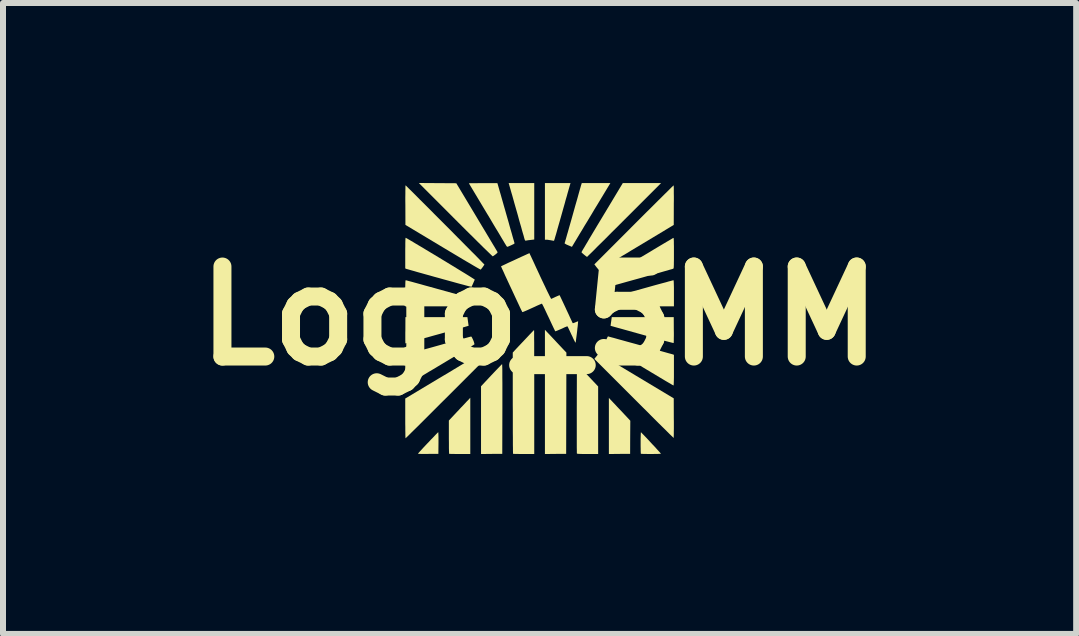
<source format=kicad_pcb>
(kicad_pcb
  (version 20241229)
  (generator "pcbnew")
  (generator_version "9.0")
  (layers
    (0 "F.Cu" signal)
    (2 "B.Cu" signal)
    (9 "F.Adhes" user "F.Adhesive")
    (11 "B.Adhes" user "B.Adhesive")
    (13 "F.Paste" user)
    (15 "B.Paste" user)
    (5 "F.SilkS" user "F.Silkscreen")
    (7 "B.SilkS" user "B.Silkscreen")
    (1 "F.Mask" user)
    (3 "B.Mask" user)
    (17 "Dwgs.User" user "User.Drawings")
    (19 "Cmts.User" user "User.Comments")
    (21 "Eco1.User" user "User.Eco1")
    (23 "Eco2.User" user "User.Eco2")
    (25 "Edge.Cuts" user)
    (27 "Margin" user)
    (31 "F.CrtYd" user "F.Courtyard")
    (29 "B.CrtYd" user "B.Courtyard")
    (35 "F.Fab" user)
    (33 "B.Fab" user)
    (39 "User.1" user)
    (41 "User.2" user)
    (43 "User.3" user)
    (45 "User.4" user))
  (footprint "Logo_5MM"
    (layer "F.Cu")
    (at 5.943 2.214)
    (property "Reference" "Logo_5MM" (at 0 0 0) (layer "F.SilkS") (effects (font (size 1.5 1.5) (thickness 0.3))))
    (attr board_only exclude_from_pos_files exclude_from_bom)
    (fp_poly (pts (xy 0.108 0.252) (xy 0.116 0.261) (xy 0.132 0.278) (xy 0.155 0.302) (xy 0.183 0.332) (xy 0.215 0.366) (xy 0.251 0.404) (xy 0.286 0.442) (xy 0.447 0.613) (xy 0.445 1.456) (xy 0.443 2.3) (xy 0.266 2.301) (xy 0.089 2.303) (xy 0.089 1.268) (xy 0.089 0.233)) (stroke (width 0) (type solid)) (fill yes) (layer "F.SilkS"))
    (fp_poly (pts (xy 1.179 1.394) (xy 1.189 1.404) (xy 1.207 1.423) (xy 1.231 1.449) (xy 1.26 1.479) (xy 1.293 1.515) (xy 1.329 1.553) (xy 1.358 1.583) (xy 1.512 1.748) (xy 1.51 2.024) (xy 1.509 2.3) (xy 1.332 2.301) (xy 1.155 2.303) (xy 1.155 1.836) (xy 1.155 1.368)) (stroke (width 0) (type solid)) (fill yes) (layer "F.SilkS"))
    (fp_poly (pts (xy -0.624 0.811) (xy -0.623 0.829) (xy -0.622 0.861) (xy -0.621 0.904) (xy -0.621 0.96) (xy -0.621 1.028) (xy -0.62 1.108) (xy -0.62 1.2) (xy -0.62 1.304) (xy -0.62 1.42) (xy -0.62 1.547) (xy -0.62 1.551) (xy -0.622 2.3) (xy -0.799 2.301) (xy -0.976 2.303) (xy -0.976 1.738) (xy -0.976 1.174) (xy -0.804 0.99) (xy -0.766 0.95) (xy -0.73 0.912) (xy -0.698 0.879) (xy -0.671 0.851) (xy -0.649 0.828) (xy -0.634 0.813) (xy -0.626 0.805) (xy -0.625 0.805)) (stroke (width 0) (type solid)) (fill yes) (layer "F.SilkS"))
    (fp_poly (pts (xy 0.799 0.989) (xy 0.976 1.177) (xy 0.976 1.74) (xy 0.976 2.303) (xy 0.8 2.303) (xy 0.745 2.303) (xy 0.702 2.302) (xy 0.669 2.301) (xy 0.646 2.3) (xy 0.631 2.298) (xy 0.623 2.296) (xy 0.622 2.295) (xy 0.621 2.287) (xy 0.621 2.268) (xy 0.621 2.238) (xy 0.62 2.197) (xy 0.62 2.147) (xy 0.62 2.088) (xy 0.62 2.021) (xy 0.62 1.947) (xy 0.62 1.866) (xy 0.62 1.78) (xy 0.62 1.689) (xy 0.62 1.595) (xy 0.62 1.544) (xy 0.622 0.801)) (stroke (width 0) (type solid)) (fill yes) (layer "F.SilkS"))
    (fp_poly (pts (xy -1.155 1.834) (xy -1.155 2.303) (xy -1.329 2.303) (xy -1.375 2.303) (xy -1.417 2.302) (xy -1.452 2.301) (xy -1.481 2.301) (xy -1.499 2.3) (xy -1.507 2.299) (xy -1.508 2.298) (xy -1.508 2.291) (xy -1.509 2.273) (xy -1.51 2.244) (xy -1.511 2.207) (xy -1.511 2.162) (xy -1.511 2.111) (xy -1.512 2.055) (xy -1.512 2.019) (xy -1.512 1.745) (xy -1.38 1.604) (xy -1.344 1.566) (xy -1.309 1.528) (xy -1.275 1.493) (xy -1.245 1.461) (xy -1.221 1.435) (xy -1.203 1.416) (xy -1.201 1.415) (xy -1.155 1.365)) (stroke (width 0) (type solid)) (fill yes) (layer "F.SilkS"))
    (fp_poly (pts (xy -2.224 -0.592) (xy -2.205 -0.587) (xy -2.176 -0.579) (xy -2.137 -0.569) (xy -2.09 -0.556) (xy -2.035 -0.541) (xy -1.973 -0.524) (xy -1.906 -0.505) (xy -1.833 -0.485) (xy -1.756 -0.464) (xy -1.703 -0.449) (xy -1.183 -0.305) (xy -1.191 -0.256) (xy -1.195 -0.229) (xy -1.198 -0.203) (xy -1.199 -0.184) (xy -1.199 -0.183) (xy -1.199 -0.159) (xy -1.719 -0.159) (xy -2.239 -0.159) (xy -2.239 -0.376) (xy -2.239 -0.437) (xy -2.239 -0.487) (xy -2.238 -0.525) (xy -2.237 -0.554) (xy -2.236 -0.574) (xy -2.234 -0.587) (xy -2.232 -0.593) (xy -2.231 -0.593)) (stroke (width 0) (type solid)) (fill yes) (layer "F.SilkS"))
    (fp_poly (pts (xy 2.233 -0.591) (xy 2.235 -0.582) (xy 2.236 -0.566) (xy 2.237 -0.542) (xy 2.238 -0.509) (xy 2.239 -0.466) (xy 2.239 -0.412) (xy 2.239 -0.376) (xy 2.239 -0.159) (xy 1.719 -0.159) (xy 1.199 -0.159) (xy 1.199 -0.183) (xy 1.198 -0.202) (xy 1.195 -0.227) (xy 1.191 -0.255) (xy 1.191 -0.256) (xy 1.183 -0.305) (xy 1.703 -0.449) (xy 1.782 -0.471) (xy 1.857 -0.492) (xy 1.928 -0.512) (xy 1.994 -0.53) (xy 2.054 -0.546) (xy 2.107 -0.56) (xy 2.151 -0.573) (xy 2.187 -0.582) (xy 2.212 -0.589) (xy 2.227 -0.593) (xy 2.231 -0.593)) (stroke (width 0) (type solid)) (fill yes) (layer "F.SilkS"))
    (fp_poly (pts (xy -1.688 1.945) (xy -1.687 1.962) (xy -1.686 1.989) (xy -1.685 2.024) (xy -1.685 2.065) (xy -1.685 2.111) (xy -1.685 2.119) (xy -1.687 2.3) (xy -1.858 2.301) (xy -1.904 2.301) (xy -1.945 2.301) (xy -1.98 2.301) (xy -2.006 2.3) (xy -2.022 2.299) (xy -2.027 2.297) (xy -2.022 2.291) (xy -2.01 2.277) (xy -1.991 2.256) (xy -1.967 2.23) (xy -1.939 2.199) (xy -1.908 2.166) (xy -1.875 2.131) (xy -1.841 2.096) (xy -1.809 2.061) (xy -1.777 2.029) (xy -1.749 1.999) (xy -1.725 1.974) (xy -1.706 1.955) (xy -1.694 1.943) (xy -1.689 1.939)) (stroke (width 0) (type solid)) (fill yes) (layer "F.SilkS"))
    (fp_poly (pts (xy -0.089 -1.743) (xy -0.089 -1.272) (xy -0.156 -1.264) (xy -0.185 -1.261) (xy -0.209 -1.257) (xy -0.226 -1.254) (xy -0.232 -1.253) (xy -0.241 -1.256) (xy -0.248 -1.271) (xy -0.251 -1.28) (xy -0.257 -1.301) (xy -0.265 -1.332) (xy -0.277 -1.372) (xy -0.291 -1.42) (xy -0.306 -1.476) (xy -0.324 -1.537) (xy -0.343 -1.604) (xy -0.362 -1.675) (xy -0.379 -1.735) (xy -0.4 -1.808) (xy -0.42 -1.878) (xy -0.438 -1.943) (xy -0.455 -2.004) (xy -0.471 -2.058) (xy -0.484 -2.104) (xy -0.495 -2.142) (xy -0.503 -2.171) (xy -0.508 -2.189) (xy -0.51 -2.196) (xy -0.516 -2.213) (xy -0.303 -2.213) (xy -0.089 -2.213)) (stroke (width 0) (type solid)) (fill yes) (layer "F.SilkS"))
    (fp_poly (pts (xy 1.611 1) (xy 2.236 1.375) (xy 2.237 1.705) (xy 2.238 1.768) (xy 2.238 1.828) (xy 2.238 1.882) (xy 2.237 1.93) (xy 2.237 1.97) (xy 2.236 2.002) (xy 2.235 2.024) (xy 2.235 2.034) (xy 2.234 2.035) (xy 2.229 2.03) (xy 2.216 2.017) (xy 2.194 1.996) (xy 2.165 1.968) (xy 2.129 1.932) (xy 2.087 1.89) (xy 2.038 1.842) (xy 1.984 1.789) (xy 1.925 1.73) (xy 1.862 1.667) (xy 1.795 1.599) (xy 1.724 1.529) (xy 1.65 1.455) (xy 1.574 1.379) (xy 1.571 1.376) (xy 0.913 0.718) (xy 0.938 0.686) (xy 0.954 0.667) (xy 0.967 0.65) (xy 0.975 0.64) (xy 0.986 0.626)) (stroke (width 0) (type solid)) (fill yes) (layer "F.SilkS"))
    (fp_poly (pts (xy -1.193 0.094) (xy -1.183 0.166) (xy -1.215 0.175) (xy -1.232 0.18) (xy -1.258 0.188) (xy -1.294 0.198) (xy -1.338 0.21) (xy -1.389 0.224) (xy -1.445 0.24) (xy -1.506 0.257) (xy -1.571 0.275) (xy -1.638 0.294) (xy -1.707 0.313) (xy -1.776 0.332) (xy -1.843 0.351) (xy -1.909 0.369) (xy -1.972 0.386) (xy -2.031 0.403) (xy -2.085 0.418) (xy -2.132 0.431) (xy -2.172 0.442) (xy -2.203 0.45) (xy -2.225 0.456) (xy -2.235 0.459) (xy -2.236 0.459) (xy -2.237 0.453) (xy -2.237 0.436) (xy -2.238 0.408) (xy -2.238 0.373) (xy -2.238 0.33) (xy -2.238 0.282) (xy -2.237 0.241) (xy -2.236 0.022) (xy -1.719 0.022) (xy -1.203 0.022)) (stroke (width 0) (type solid)) (fill yes) (layer "F.SilkS"))
    (fp_poly (pts (xy 2.237 0.236) (xy 2.238 0.287) (xy 2.238 0.333) (xy 2.237 0.375) (xy 2.237 0.409) (xy 2.236 0.434) (xy 2.235 0.449) (xy 2.234 0.453) (xy 2.227 0.452) (xy 2.209 0.448) (xy 2.181 0.441) (xy 2.143 0.431) (xy 2.096 0.419) (xy 2.041 0.404) (xy 1.98 0.387) (xy 1.912 0.369) (xy 1.84 0.349) (xy 1.763 0.328) (xy 1.706 0.312) (xy 1.627 0.29) (xy 1.552 0.269) (xy 1.481 0.249) (xy 1.416 0.231) (xy 1.356 0.214) (xy 1.304 0.2) (xy 1.261 0.188) (xy 1.226 0.178) (xy 1.201 0.171) (xy 1.186 0.167) (xy 1.183 0.166) (xy 1.184 0.16) (xy 1.186 0.144) (xy 1.189 0.12) (xy 1.193 0.094) (xy 1.203 0.022) (xy 1.719 0.022) (xy 2.236 0.022)) (stroke (width 0) (type solid)) (fill yes) (layer "F.SilkS"))
    (fp_poly (pts (xy -1.7 -2.212) (xy -1.388 -2.21) (xy -1.048 -1.643) (xy -1.001 -1.564) (xy -0.956 -1.489) (xy -0.913 -1.418) (xy -0.873 -1.351) (xy -0.836 -1.289) (xy -0.803 -1.234) (xy -0.773 -1.184) (xy -0.748 -1.143) (xy -0.728 -1.109) (xy -0.713 -1.084) (xy -0.704 -1.069) (xy -0.702 -1.064) (xy -0.701 -1.057) (xy -0.706 -1.048) (xy -0.72 -1.036) (xy -0.734 -1.024) (xy -0.754 -1.009) (xy -0.77 -0.998) (xy -0.78 -0.992) (xy -0.78 -0.991) (xy -0.786 -0.996) (xy -0.799 -1.008) (xy -0.821 -1.029) (xy -0.85 -1.057) (xy -0.886 -1.092) (xy -0.929 -1.133) (xy -0.977 -1.181) (xy -1.031 -1.234) (xy -1.089 -1.292) (xy -1.152 -1.354) (xy -1.219 -1.42) (xy -1.288 -1.489) (xy -1.361 -1.562) (xy -1.4 -1.601) (xy -2.012 -2.214)) (stroke (width 0) (type solid)) (fill yes) (layer "F.SilkS"))
    (fp_poly (pts (xy 1.41 -1.598) (xy 1.336 -1.524) (xy 1.265 -1.453) (xy 1.196 -1.385) (xy 1.132 -1.32) (xy 1.071 -1.259) (xy 1.015 -1.204) (xy 0.963 -1.153) (xy 0.918 -1.107) (xy 0.879 -1.068) (xy 0.846 -1.036) (xy 0.82 -1.011) (xy 0.802 -0.993) (xy 0.793 -0.984) (xy 0.791 -0.982) (xy 0.785 -0.986) (xy 0.771 -0.996) (xy 0.753 -1.01) (xy 0.743 -1.018) (xy 0.723 -1.035) (xy 0.708 -1.049) (xy 0.699 -1.059) (xy 0.698 -1.061) (xy 0.702 -1.068) (xy 0.711 -1.085) (xy 0.726 -1.111) (xy 0.747 -1.145) (xy 0.772 -1.188) (xy 0.802 -1.238) (xy 0.835 -1.295) (xy 0.873 -1.358) (xy 0.913 -1.425) (xy 0.956 -1.497) (xy 1.002 -1.573) (xy 1.043 -1.641) (xy 1.387 -2.213) (xy 1.706 -2.213) (xy 2.025 -2.213)) (stroke (width 0) (type solid)) (fill yes) (layer "F.SilkS"))
    (fp_poly (pts (xy 0.51 -2.196) (xy 0.508 -2.187) (xy 0.502 -2.167) (xy 0.493 -2.136) (xy 0.482 -2.097) (xy 0.468 -2.049) (xy 0.453 -1.994) (xy 0.435 -1.933) (xy 0.417 -1.866) (xy 0.397 -1.796) (xy 0.38 -1.735) (xy 0.355 -1.646) (xy 0.333 -1.569) (xy 0.314 -1.503) (xy 0.298 -1.447) (xy 0.285 -1.399) (xy 0.274 -1.36) (xy 0.264 -1.328) (xy 0.257 -1.304) (xy 0.252 -1.285) (xy 0.247 -1.271) (xy 0.244 -1.261) (xy 0.242 -1.255) (xy 0.24 -1.252) (xy 0.239 -1.251) (xy 0.238 -1.251) (xy 0.237 -1.251) (xy 0.229 -1.252) (xy 0.212 -1.255) (xy 0.189 -1.259) (xy 0.185 -1.26) (xy 0.158 -1.264) (xy 0.132 -1.268) (xy 0.114 -1.269) (xy 0.113 -1.269) (xy 0.089 -1.269) (xy 0.089 -1.741) (xy 0.089 -2.213) (xy 0.303 -2.213) (xy 0.516 -2.213)) (stroke (width 0) (type solid)) (fill yes) (layer "F.SilkS"))
    (fp_poly (pts (xy 1.695 1.945) (xy 1.708 1.959) (xy 1.728 1.979) (xy 1.752 2.004) (xy 1.781 2.034) (xy 1.812 2.067) (xy 1.844 2.102) (xy 1.877 2.138) (xy 1.91 2.172) (xy 1.94 2.205) (xy 1.967 2.235) (xy 1.99 2.26) (xy 2.008 2.28) (xy 2.019 2.293) (xy 2.022 2.297) (xy 2.016 2.299) (xy 1.999 2.3) (xy 1.974 2.301) (xy 1.942 2.302) (xy 1.905 2.302) (xy 1.866 2.303) (xy 1.826 2.303) (xy 1.788 2.302) (xy 1.753 2.302) (xy 1.724 2.301) (xy 1.702 2.3) (xy 1.69 2.299) (xy 1.688 2.298) (xy 1.687 2.291) (xy 1.686 2.273) (xy 1.685 2.247) (xy 1.685 2.214) (xy 1.684 2.176) (xy 1.684 2.136) (xy 1.684 2.095) (xy 1.684 2.055) (xy 1.685 2.018) (xy 1.686 1.986) (xy 1.687 1.961) (xy 1.688 1.945) (xy 1.689 1.94)) (stroke (width 0) (type solid)) (fill yes) (layer "F.SilkS"))
    (fp_poly (pts (xy -0.948 0.675) (xy -0.911 0.723) (xy -1.57 1.382) (xy -1.647 1.458) (xy -1.721 1.532) (xy -1.792 1.603) (xy -1.859 1.67) (xy -1.923 1.734) (xy -1.982 1.793) (xy -2.036 1.847) (xy -2.085 1.895) (xy -2.128 1.937) (xy -2.164 1.973) (xy -2.193 2.002) (xy -2.215 2.023) (xy -2.229 2.036) (xy -2.234 2.041) (xy -2.234 2.041) (xy -2.235 2.035) (xy -2.236 2.017) (xy -2.237 1.989) (xy -2.237 1.952) (xy -2.238 1.906) (xy -2.238 1.854) (xy -2.239 1.796) (xy -2.239 1.734) (xy -2.239 1.71) (xy -2.239 1.378) (xy -1.673 1.039) (xy -1.594 0.992) (xy -1.516 0.946) (xy -1.442 0.901) (xy -1.372 0.859) (xy -1.306 0.819) (xy -1.246 0.783) (xy -1.191 0.751) (xy -1.144 0.723) (xy -1.105 0.699) (xy -1.075 0.681) (xy -1.054 0.668) (xy -1.046 0.663) (xy -0.984 0.627)) (stroke (width 0) (type solid)) (fill yes) (layer "F.SilkS"))
    (fp_poly (pts (xy 0.956 -1.842) (xy 0.914 -1.774) (xy 0.873 -1.704) (xy 0.831 -1.635) (xy 0.791 -1.568) (xy 0.752 -1.505) (xy 0.717 -1.446) (xy 0.685 -1.393) (xy 0.658 -1.349) (xy 0.637 -1.313) (xy 0.635 -1.31) (xy 0.539 -1.15) (xy 0.477 -1.176) (xy 0.449 -1.188) (xy 0.43 -1.199) (xy 0.419 -1.206) (xy 0.417 -1.21) (xy 0.419 -1.217) (xy 0.425 -1.235) (xy 0.433 -1.264) (xy 0.444 -1.302) (xy 0.457 -1.349) (xy 0.473 -1.403) (xy 0.49 -1.464) (xy 0.509 -1.53) (xy 0.529 -1.6) (xy 0.55 -1.675) (xy 0.552 -1.682) (xy 0.573 -1.757) (xy 0.593 -1.829) (xy 0.613 -1.898) (xy 0.631 -1.961) (xy 0.647 -2.019) (xy 0.661 -2.069) (xy 0.673 -2.112) (xy 0.683 -2.145) (xy 0.689 -2.168) (xy 0.693 -2.18) (xy 0.693 -2.18) (xy 0.703 -2.213) (xy 0.941 -2.213) (xy 1.18 -2.213)) (stroke (width 0) (type solid)) (fill yes) (layer "F.SilkS"))
    (fp_poly (pts (xy 2.235 -2.169) (xy 2.236 -2.151) (xy 2.237 -2.123) (xy 2.237 -2.086) (xy 2.237 -2.04) (xy 2.238 -1.988) (xy 2.238 -1.93) (xy 2.237 -1.868) (xy 2.237 -1.845) (xy 2.236 -1.515) (xy 1.614 -1.141) (xy 1.532 -1.092) (xy 1.454 -1.044) (xy 1.379 -1) (xy 1.309 -0.957) (xy 1.244 -0.918) (xy 1.184 -0.883) (xy 1.131 -0.851) (xy 1.086 -0.824) (xy 1.048 -0.801) (xy 1.019 -0.784) (xy 0.999 -0.772) (xy 0.989 -0.766) (xy 0.988 -0.766) (xy 0.983 -0.77) (xy 0.972 -0.783) (xy 0.957 -0.801) (xy 0.948 -0.812) (xy 0.913 -0.858) (xy 1.571 -1.517) (xy 1.647 -1.593) (xy 1.721 -1.667) (xy 1.792 -1.738) (xy 1.86 -1.805) (xy 1.923 -1.868) (xy 1.982 -1.927) (xy 2.037 -1.981) (xy 2.085 -2.029) (xy 2.128 -2.071) (xy 2.164 -2.107) (xy 2.193 -2.136) (xy 2.215 -2.157) (xy 2.229 -2.17) (xy 2.234 -2.175) (xy 2.234 -2.175)) (stroke (width 0) (type solid)) (fill yes) (layer "F.SilkS"))
    (fp_poly (pts (xy -0.092 0.242) (xy -0.091 0.261) (xy -0.091 0.29) (xy -0.091 0.331) (xy -0.091 0.382) (xy -0.09 0.441) (xy -0.09 0.51) (xy -0.09 0.587) (xy -0.09 0.671) (xy -0.09 0.762) (xy -0.09 0.859) (xy -0.089 0.961) (xy -0.089 1.068) (xy -0.089 1.179) (xy -0.089 1.269) (xy -0.089 2.303) (xy -0.264 2.303) (xy -0.31 2.303) (xy -0.351 2.302) (xy -0.387 2.301) (xy -0.415 2.301) (xy -0.434 2.3) (xy -0.442 2.299) (xy -0.442 2.298) (xy -0.443 2.292) (xy -0.443 2.273) (xy -0.444 2.243) (xy -0.444 2.202) (xy -0.445 2.152) (xy -0.445 2.093) (xy -0.445 2.025) (xy -0.446 1.95) (xy -0.446 1.868) (xy -0.446 1.78) (xy -0.446 1.687) (xy -0.446 1.589) (xy -0.447 1.488) (xy -0.447 1.453) (xy -0.447 0.612) (xy -0.416 0.578) (xy -0.39 0.55) (xy -0.36 0.518) (xy -0.327 0.483) (xy -0.293 0.447) (xy -0.258 0.41) (xy -0.224 0.374) (xy -0.191 0.339) (xy -0.162 0.308) (xy -0.136 0.281) (xy -0.115 0.259) (xy -0.1 0.244) (xy -0.093 0.237) (xy -0.092 0.236)) (stroke (width 0) (type solid)) (fill yes) (layer "F.SilkS"))
    (fp_poly (pts (xy -0.758 -2.212) (xy -0.73 -2.212) (xy -0.711 -2.212) (xy -0.704 -2.211) (xy -0.703 -2.211) (xy -0.701 -2.205) (xy -0.696 -2.187) (xy -0.688 -2.159) (xy -0.677 -2.121) (xy -0.664 -2.075) (xy -0.648 -2.021) (xy -0.631 -1.96) (xy -0.612 -1.894) (xy -0.592 -1.823) (xy -0.57 -1.747) (xy -0.562 -1.718) (xy -0.54 -1.641) (xy -0.519 -1.568) (xy -0.5 -1.499) (xy -0.482 -1.435) (xy -0.465 -1.378) (xy -0.451 -1.327) (xy -0.439 -1.285) (xy -0.429 -1.252) (xy -0.423 -1.229) (xy -0.419 -1.217) (xy -0.419 -1.215) (xy -0.418 -1.208) (xy -0.423 -1.202) (xy -0.434 -1.195) (xy -0.454 -1.186) (xy -0.47 -1.178) (xy -0.495 -1.167) (xy -0.516 -1.158) (xy -0.53 -1.152) (xy -0.534 -1.151) (xy -0.542 -1.153) (xy -0.551 -1.162) (xy -0.556 -1.17) (xy -0.566 -1.187) (xy -0.583 -1.214) (xy -0.604 -1.25) (xy -0.63 -1.293) (xy -0.66 -1.344) (xy -0.694 -1.401) (xy -0.732 -1.463) (xy -0.772 -1.53) (xy -0.814 -1.601) (xy -0.858 -1.675) (xy -0.87 -1.694) (xy -1.179 -2.21) (xy -0.943 -2.212) (xy -0.889 -2.212) (xy -0.839 -2.212) (xy -0.795 -2.212)) (stroke (width 0) (type solid)) (fill yes) (layer "F.SilkS"))
    (fp_poly (pts (xy -2.228 -2.171) (xy -2.215 -2.158) (xy -2.194 -2.137) (xy -2.166 -2.109) (xy -2.131 -2.075) (xy -2.09 -2.034) (xy -2.044 -1.988) (xy -1.994 -1.937) (xy -1.939 -1.883) (xy -1.88 -1.824) (xy -1.819 -1.763) (xy -1.756 -1.699) (xy -1.691 -1.634) (xy -1.624 -1.567) (xy -1.558 -1.501) (xy -1.491 -1.434) (xy -1.426 -1.368) (xy -1.362 -1.303) (xy -1.299 -1.24) (xy -1.24 -1.18) (xy -1.183 -1.123) (xy -1.131 -1.07) (xy -1.082 -1.022) (xy -1.039 -0.978) (xy -1.002 -0.94) (xy -0.971 -0.908) (xy -0.947 -0.883) (xy -0.93 -0.866) (xy -0.921 -0.857) (xy -0.92 -0.855) (xy -0.923 -0.849) (xy -0.932 -0.836) (xy -0.944 -0.818) (xy -0.958 -0.799) (xy -0.971 -0.783) (xy -0.981 -0.771) (xy -0.981 -0.77) (xy -0.987 -0.773) (xy -1.004 -0.782) (xy -1.029 -0.796) (xy -1.064 -0.816) (xy -1.107 -0.841) (xy -1.157 -0.871) (xy -1.214 -0.904) (xy -1.277 -0.941) (xy -1.345 -0.982) (xy -1.419 -1.026) (xy -1.496 -1.072) (xy -1.576 -1.12) (xy -1.611 -1.141) (xy -2.236 -1.516) (xy -2.237 -1.845) (xy -2.238 -1.914) (xy -2.238 -1.977) (xy -2.237 -2.033) (xy -2.237 -2.081) (xy -2.236 -2.12) (xy -2.236 -2.149) (xy -2.235 -2.168) (xy -2.233 -2.175) (xy -2.233 -2.175)) (stroke (width 0) (type solid)) (fill yes) (layer "F.SilkS"))
    (fp_poly (pts (xy -2.226 -1.298) (xy -2.209 -1.289) (xy -2.183 -1.274) (xy -2.149 -1.254) (xy -2.108 -1.23) (xy -2.06 -1.201) (xy -2.006 -1.169) (xy -1.948 -1.135) (xy -1.886 -1.097) (xy -1.821 -1.058) (xy -1.754 -1.018) (xy -1.686 -0.977) (xy -1.617 -0.935) (xy -1.549 -0.894) (xy -1.482 -0.853) (xy -1.418 -0.814) (xy -1.356 -0.776) (xy -1.299 -0.741) (xy -1.246 -0.709) (xy -1.199 -0.68) (xy -1.159 -0.655) (xy -1.126 -0.634) (xy -1.101 -0.618) (xy -1.086 -0.608) (xy -1.08 -0.604) (xy -1.08 -0.604) (xy -1.084 -0.595) (xy -1.092 -0.577) (xy -1.102 -0.554) (xy -1.107 -0.542) (xy -1.118 -0.518) (xy -1.127 -0.498) (xy -1.133 -0.486) (xy -1.135 -0.484) (xy -1.141 -0.485) (xy -1.159 -0.489) (xy -1.188 -0.496) (xy -1.226 -0.506) (xy -1.273 -0.519) (xy -1.327 -0.533) (xy -1.389 -0.55) (xy -1.457 -0.569) (xy -1.53 -0.589) (xy -1.607 -0.61) (xy -1.674 -0.629) (xy -1.755 -0.651) (xy -1.832 -0.673) (xy -1.905 -0.693) (xy -1.972 -0.712) (xy -2.034 -0.729) (xy -2.088 -0.745) (xy -2.135 -0.758) (xy -2.173 -0.769) (xy -2.201 -0.777) (xy -2.219 -0.782) (xy -2.225 -0.784) (xy -2.239 -0.791) (xy -2.239 -1.046) (xy -2.239 -1.108) (xy -2.238 -1.163) (xy -2.238 -1.21) (xy -2.237 -1.249) (xy -2.236 -1.277) (xy -2.234 -1.295) (xy -2.233 -1.301)) (stroke (width 0) (type solid)) (fill yes) (layer "F.SilkS"))
    (fp_poly (pts (xy 1.148 0.344) (xy 1.168 0.35) (xy 1.197 0.358) (xy 1.236 0.368) (xy 1.282 0.381) (xy 1.335 0.396) (xy 1.394 0.412) (xy 1.458 0.43) (xy 1.524 0.448) (xy 1.594 0.467) (xy 1.665 0.487) (xy 1.736 0.507) (xy 1.806 0.527) (xy 1.874 0.546) (xy 1.939 0.564) (xy 2.001 0.581) (xy 2.057 0.597) (xy 2.107 0.611) (xy 2.149 0.623) (xy 2.183 0.632) (xy 2.208 0.639) (xy 2.222 0.643) (xy 2.225 0.644) (xy 2.239 0.65) (xy 2.239 0.906) (xy 2.239 0.972) (xy 2.239 1.027) (xy 2.238 1.071) (xy 2.237 1.104) (xy 2.236 1.129) (xy 2.235 1.146) (xy 2.234 1.156) (xy 2.232 1.16) (xy 2.231 1.16) (xy 2.225 1.157) (xy 2.208 1.148) (xy 2.182 1.132) (xy 2.147 1.112) (xy 2.104 1.087) (xy 2.054 1.057) (xy 1.997 1.023) (xy 1.935 0.986) (xy 1.867 0.945) (xy 1.795 0.902) (xy 1.72 0.857) (xy 1.652 0.816) (xy 1.574 0.769) (xy 1.499 0.724) (xy 1.428 0.681) (xy 1.362 0.641) (xy 1.301 0.603) (xy 1.246 0.569) (xy 1.198 0.54) (xy 1.157 0.514) (xy 1.125 0.494) (xy 1.101 0.478) (xy 1.087 0.469) (xy 1.083 0.465) (xy 1.087 0.453) (xy 1.095 0.434) (xy 1.105 0.411) (xy 1.116 0.388) (xy 1.126 0.366) (xy 1.134 0.351) (xy 1.139 0.343) (xy 1.14 0.342)) (stroke (width 0) (type solid)) (fill yes) (layer "F.SilkS"))
    (fp_poly (pts (xy -1.134 0.35) (xy -1.125 0.365) (xy -1.115 0.386) (xy -1.104 0.41) (xy -1.095 0.434) (xy -1.089 0.455) (xy -1.086 0.47) (xy -1.087 0.476) (xy -1.093 0.48) (xy -1.11 0.491) (xy -1.136 0.507) (xy -1.17 0.528) (xy -1.212 0.553) (xy -1.26 0.582) (xy -1.313 0.614) (xy -1.371 0.649) (xy -1.433 0.686) (xy -1.499 0.726) (xy -1.566 0.766) (xy -1.634 0.807) (xy -1.703 0.848) (xy -1.771 0.889) (xy -1.838 0.928) (xy -1.902 0.967) (xy -1.963 1.003) (xy -2.02 1.037) (xy -2.072 1.068) (xy -2.119 1.095) (xy -2.158 1.119) (xy -2.19 1.137) (xy -2.214 1.151) (xy -2.228 1.159) (xy -2.232 1.161) (xy -2.234 1.156) (xy -2.236 1.142) (xy -2.237 1.117) (xy -2.238 1.081) (xy -2.238 1.034) (xy -2.239 0.975) (xy -2.239 0.906) (xy -2.239 0.85) (xy -2.238 0.799) (xy -2.238 0.752) (xy -2.237 0.713) (xy -2.236 0.682) (xy -2.235 0.66) (xy -2.234 0.649) (xy -2.234 0.648) (xy -2.227 0.646) (xy -2.209 0.641) (xy -2.18 0.633) (xy -2.143 0.622) (xy -2.098 0.609) (xy -2.045 0.594) (xy -1.987 0.578) (xy -1.924 0.56) (xy -1.857 0.542) (xy -1.788 0.523) (xy -1.717 0.503) (xy -1.646 0.483) (xy -1.576 0.463) (xy -1.507 0.444) (xy -1.441 0.426) (xy -1.378 0.409) (xy -1.321 0.393) (xy -1.27 0.379) (xy -1.225 0.367) (xy -1.189 0.357) (xy -1.162 0.35) (xy -1.146 0.346) (xy -1.14 0.345)) (stroke (width 0) (type solid)) (fill yes) (layer "F.SilkS"))
    (fp_poly (pts (xy 2.233 -1.296) (xy 2.235 -1.289) (xy 2.236 -1.278) (xy 2.237 -1.26) (xy 2.238 -1.234) (xy 2.238 -1.201) (xy 2.239 -1.158) (xy 2.239 -1.104) (xy 2.239 -1.047) (xy 2.239 -0.983) (xy 2.239 -0.931) (xy 2.238 -0.888) (xy 2.238 -0.856) (xy 2.237 -0.831) (xy 2.236 -0.813) (xy 2.235 -0.8) (xy 2.233 -0.793) (xy 2.231 -0.788) (xy 2.228 -0.786) (xy 2.228 -0.786) (xy 2.22 -0.783) (xy 2.201 -0.777) (xy 2.171 -0.769) (xy 2.132 -0.757) (xy 2.084 -0.744) (xy 2.029 -0.728) (xy 1.967 -0.71) (xy 1.898 -0.691) (xy 1.825 -0.671) (xy 1.748 -0.649) (xy 1.684 -0.631) (xy 1.604 -0.609) (xy 1.528 -0.588) (xy 1.456 -0.568) (xy 1.389 -0.549) (xy 1.328 -0.532) (xy 1.274 -0.517) (xy 1.229 -0.504) (xy 1.192 -0.494) (xy 1.165 -0.486) (xy 1.148 -0.482) (xy 1.144 -0.48) (xy 1.136 -0.483) (xy 1.127 -0.497) (xy 1.125 -0.502) (xy 1.117 -0.521) (xy 1.106 -0.545) (xy 1.097 -0.567) (xy 1.088 -0.588) (xy 1.083 -0.604) (xy 1.082 -0.612) (xy 1.083 -0.613) (xy 1.089 -0.617) (xy 1.105 -0.627) (xy 1.131 -0.642) (xy 1.165 -0.663) (xy 1.206 -0.688) (xy 1.254 -0.716) (xy 1.307 -0.749) (xy 1.366 -0.784) (xy 1.428 -0.821) (xy 1.493 -0.86) (xy 1.56 -0.9) (xy 1.629 -0.941) (xy 1.698 -0.983) (xy 1.766 -1.023) (xy 1.833 -1.063) (xy 1.897 -1.102) (xy 1.959 -1.139) (xy 2.016 -1.173) (xy 2.068 -1.204) (xy 2.115 -1.232) (xy 2.155 -1.255) (xy 2.187 -1.274) (xy 2.21 -1.288) (xy 2.225 -1.297) (xy 2.229 -1.299) (xy 2.231 -1.299)) (stroke (width 0) (type solid)) (fill yes) (layer "F.SilkS"))
    (fp_poly (pts (xy -0.166 -1.039) (xy -0.159 -1.022) (xy -0.146 -0.996) (xy -0.13 -0.961) (xy -0.11 -0.919) (xy -0.087 -0.869) (xy -0.062 -0.814) (xy -0.034 -0.754) (xy -0.004 -0.69) (xy 0.009 -0.661) (xy 0.042 -0.591) (xy 0.073 -0.526) (xy 0.101 -0.467) (xy 0.126 -0.414) (xy 0.148 -0.37) (xy 0.166 -0.333) (xy 0.18 -0.306) (xy 0.189 -0.289) (xy 0.194 -0.283) (xy 0.194 -0.283) (xy 0.202 -0.286) (xy 0.219 -0.294) (xy 0.243 -0.305) (xy 0.266 -0.316) (xy 0.293 -0.328) (xy 0.314 -0.337) (xy 0.329 -0.343) (xy 0.334 -0.344) (xy 0.337 -0.338) (xy 0.345 -0.321) (xy 0.357 -0.296) (xy 0.373 -0.262) (xy 0.392 -0.222) (xy 0.413 -0.177) (xy 0.436 -0.128) (xy 0.443 -0.112) (xy 0.467 -0.061) (xy 0.489 -0.014) (xy 0.508 0.028) (xy 0.525 0.064) (xy 0.538 0.092) (xy 0.547 0.112) (xy 0.552 0.122) (xy 0.553 0.122) (xy 0.559 0.122) (xy 0.574 0.117) (xy 0.595 0.109) (xy 0.597 0.108) (xy 0.618 0.099) (xy 0.634 0.093) (xy 0.642 0.091) (xy 0.642 0.091) (xy 0.642 0.098) (xy 0.64 0.115) (xy 0.638 0.142) (xy 0.635 0.175) (xy 0.63 0.212) (xy 0.626 0.253) (xy 0.621 0.294) (xy 0.616 0.334) (xy 0.611 0.371) (xy 0.607 0.403) (xy 0.604 0.428) (xy 0.601 0.443) (xy 0.6 0.448) (xy 0.596 0.444) (xy 0.588 0.43) (xy 0.576 0.407) (xy 0.561 0.377) (xy 0.545 0.341) (xy 0.532 0.315) (xy 0.514 0.276) (xy 0.498 0.242) (xy 0.484 0.212) (xy 0.473 0.19) (xy 0.466 0.177) (xy 0.464 0.175) (xy 0.457 0.176) (xy 0.441 0.182) (xy 0.416 0.192) (xy 0.387 0.206) (xy 0.363 0.217) (xy 0.33 0.231) (xy 0.302 0.243) (xy 0.28 0.252) (xy 0.265 0.257) (xy 0.261 0.257) (xy 0.257 0.25) (xy 0.249 0.233) (xy 0.236 0.207) (xy 0.22 0.173) (xy 0.201 0.133) (xy 0.18 0.088) (xy 0.157 0.038) (xy 0.151 0.026) (xy 0.127 -0.024) (xy 0.105 -0.071) (xy 0.086 -0.112) (xy 0.069 -0.147) (xy 0.055 -0.175) (xy 0.045 -0.193) (xy 0.04 -0.202) (xy 0.039 -0.203) (xy 0.032 -0.201) (xy 0.015 -0.194) (xy -0.011 -0.183) (xy -0.043 -0.169) (xy -0.081 -0.151) (xy -0.123 -0.132) (xy -0.125 -0.131) (xy -0.167 -0.112) (xy -0.204 -0.095) (xy -0.237 -0.081) (xy -0.263 -0.07) (xy -0.28 -0.064) (xy -0.288 -0.062) (xy -0.288 -0.062) (xy -0.291 -0.069) (xy -0.299 -0.085) (xy -0.312 -0.111) (xy -0.328 -0.145) (xy -0.347 -0.186) (xy -0.369 -0.233) (xy -0.393 -0.284) (xy -0.418 -0.338) (xy -0.444 -0.394) (xy -0.471 -0.452) (xy -0.498 -0.509) (xy -0.524 -0.565) (xy -0.549 -0.619) (xy -0.572 -0.668) (xy -0.592 -0.713) (xy -0.61 -0.753) (xy -0.625 -0.784) (xy -0.635 -0.808) (xy -0.641 -0.822) (xy -0.643 -0.826) (xy -0.636 -0.829) (xy -0.619 -0.837) (xy -0.594 -0.849) (xy -0.562 -0.864) (xy -0.525 -0.882) (xy -0.483 -0.901) (xy -0.439 -0.921) (xy -0.394 -0.942) (xy -0.349 -0.963) (xy -0.306 -0.983) (xy -0.266 -1.001) (xy -0.231 -1.017) (xy -0.203 -1.03) (xy -0.182 -1.039) (xy -0.171 -1.044) (xy -0.169 -1.045)) (stroke (width 0) (type solid)) (fill yes) (layer "F.SilkS")))
  (gr_rect
    (start -3 -3)
    (end 14.886 7.516)
    (stroke (width 0.1) (type default))
    (fill no)
    (layer "Edge.Cuts")))
</source>
